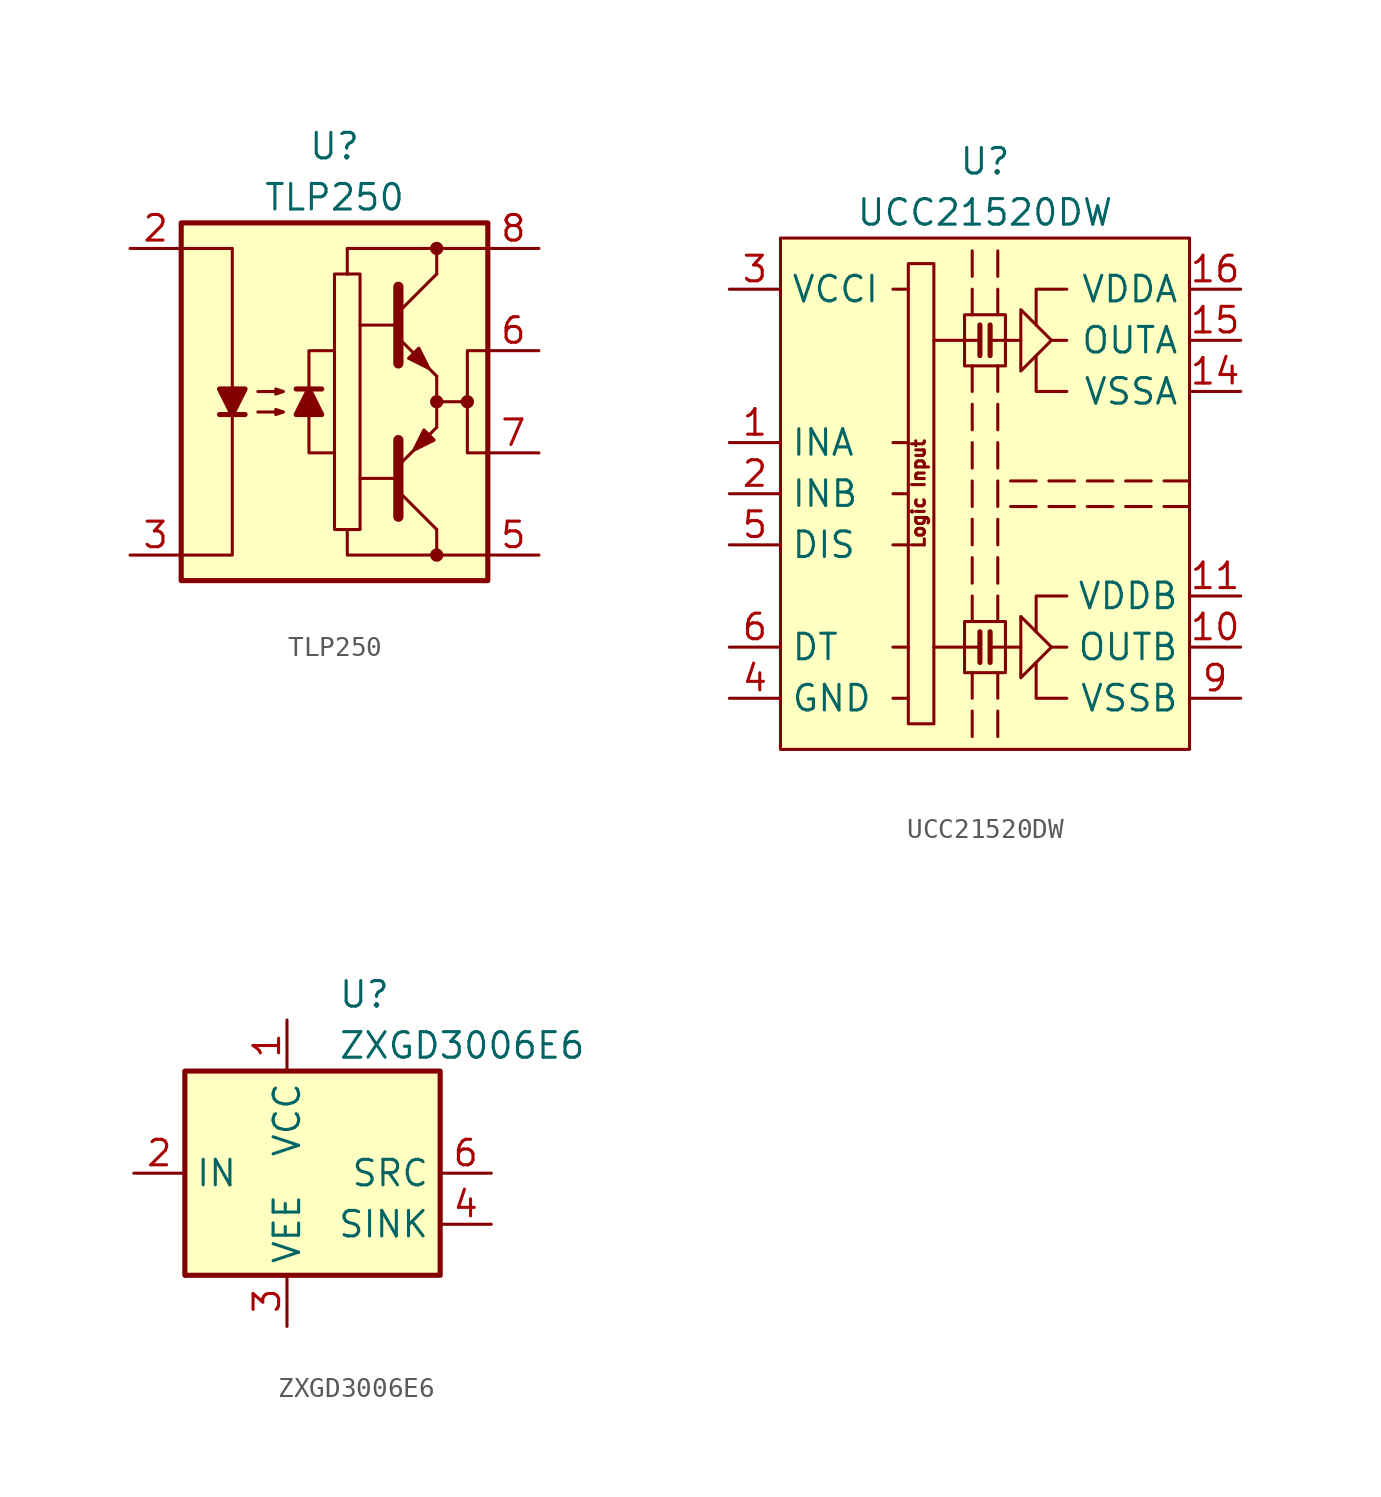
<source format=kicad_sym>
(kicad_symbol_lib
  (version 20220914)
  (generator kicad_symbol_editor)
  (symbol "TLP250"
    (pin_names hide)
    (property "Reference" "U"
      (at 0 12.7 0)
      (effects (font (size 1.27 1.27))))
    (property "Value" "TLP250"
      (at 0 10.16 0)
      (effects (font (size 1.27 1.27))))
    (symbol "TLP250_0_1"
      (rectangle (start -7.62 8.89) (end 7.62 -8.89) (stroke (width 0.254) (type default)) (fill (type background)))
      (polyline (pts (xy -5.715 -0.635) (xy -4.445 -0.635)) (stroke (width 0.254) (type default)) (fill (type none)))
      (polyline (pts (xy -0.635 0.635) (xy -1.905 0.635)) (stroke (width 0.254) (type default)) (fill (type none)))
      (polyline (pts (xy 3.048 -3.81) (xy 1.27 -3.81)) (stroke (width 0) (type default)) (fill (type none)))
      (polyline (pts (xy 3.048 3.81) (xy 1.27 3.81)) (stroke (width 0) (type default)) (fill (type none)))
      (polyline (pts (xy 3.175 -4.445) (xy 5.08 -6.35)) (stroke (width 0) (type default)) (fill (type none)))
      (polyline (pts (xy 3.175 4.445) (xy 5.08 6.35)) (stroke (width 0) (type default)) (fill (type none)))
      (polyline (pts (xy 5.08 -6.35) (xy 5.08 -7.62)) (stroke (width 0) (type default)) (fill (type none)))
      (polyline (pts (xy 5.08 -1.27) (xy 3.175 -3.175)) (stroke (width 0) (type default)) (fill (type outline)))
      (polyline (pts (xy 5.08 0) (xy 6.604 0)) (stroke (width 0) (type default)) (fill (type none)))
      (polyline (pts (xy 5.08 1.27) (xy 3.175 3.175)) (stroke (width 0) (type default)) (fill (type outline)))
      (polyline (pts (xy 5.08 6.35) (xy 5.08 7.62)) (stroke (width 0) (type default)) (fill (type none)))
      (polyline (pts (xy 7.62 7.62) (xy 0.635 7.62)) (stroke (width 0) (type default)) (fill (type none)))
      (polyline (pts (xy -1.27 -0.635) (xy -1.27 -2.54) (xy 0 -2.54)) (stroke (width 0) (type default)) (fill (type none)))
      (polyline (pts (xy -1.27 0.635) (xy -1.27 2.54) (xy 0 2.54)) (stroke (width 0) (type default)) (fill (type none)))
      (polyline (pts (xy 0.635 -6.35) (xy 0.635 -7.62) (xy 7.62 -7.62)) (stroke (width 0) (type default)) (fill (type none)))
      (polyline (pts (xy 3.175 -5.715) (xy 3.175 -1.905) (xy 3.175 -1.905)) (stroke (width 0.508) (type default)) (fill (type none)))
      (polyline (pts (xy 3.175 5.715) (xy 3.175 1.905) (xy 3.175 1.905)) (stroke (width 0.508) (type default)) (fill (type none)))
      (polyline (pts (xy -7.62 7.62) (xy -5.08 7.62) (xy -5.08 -7.62) (xy -7.62 -7.62)) (stroke (width 0) (type default)) (fill (type none)))
      (polyline (pts (xy -5.08 -0.635) (xy -5.715 0.635) (xy -4.445 0.635) (xy -5.08 -0.635)) (stroke (width 0.254) (type default)) (fill (type outline)))
      (polyline (pts (xy -1.27 0.635) (xy -0.635 -0.635) (xy -1.905 -0.635) (xy -1.27 0.635)) (stroke (width 0.254) (type default)) (fill (type outline)))
      (polyline (pts (xy 7.62 2.54) (xy 6.604 2.54) (xy 6.604 -2.54) (xy 7.62 -2.54)) (stroke (width 0) (type default)) (fill (type none)))
      (polyline (pts (xy -3.81 -0.508) (xy -2.54 -0.508) (xy -2.921 -0.635) (xy -2.921 -0.381) (xy -2.54 -0.508)) (stroke (width 0) (type default)) (fill (type none)))
      (polyline (pts (xy -3.81 0.508) (xy -2.54 0.508) (xy -2.921 0.381) (xy -2.921 0.635) (xy -2.54 0.508)) (stroke (width 0) (type default)) (fill (type none)))
      (polyline (pts (xy 1.27 6.35) (xy 1.27 -6.35) (xy 0 -6.35) (xy 0 6.35) (xy 1.27 6.35)) (stroke (width 0) (type default)) (fill (type none)))
      (polyline (pts (xy 3.683 2.159) (xy 4.191 2.667) (xy 4.699 1.651) (xy 3.683 2.159) (xy 3.683 2.159)) (stroke (width 0) (type default)) (fill (type outline)))
      (polyline (pts (xy 4.953 -1.905) (xy 4.445 -1.397) (xy 3.937 -2.413) (xy 4.953 -1.905) (xy 4.953 -1.905)) (stroke (width 0) (type default)) (fill (type outline)))
      (rectangle (start 0.635 6.35) (end 0.635 6.35) (stroke (width 0) (type default)) (fill (type none)))
      (rectangle (start 0.635 6.35) (end 0.635 7.62) (stroke (width 0) (type default)) (fill (type none)))
      (circle (center 5.08 -7.62) (radius 0.254) (stroke (width 0) (type default)) (fill (type outline)))
      (circle (center 5.08 0) (radius 0.254) (stroke (width 0) (type default)) (fill (type outline)))
      (rectangle (start 5.08 1.27) (end 5.08 -1.27) (stroke (width 0) (type default)) (fill (type none)))
      (circle (center 5.08 7.62) (radius 0.254) (stroke (width 0) (type default)) (fill (type outline)))
      (circle (center 6.604 0) (radius 0.254) (stroke (width 0) (type default)) (fill (type outline))))
    (symbol "TLP250_1_1"
      (pin no_connect line (at -7.62 2.54 0) (length 2.54) hide (name "NC" (effects (font (size 1.27 1.27)))) (number "1" (effects (font (size 1.27 1.27)))))
      (pin passive line (at -10.16 7.62 0) (length 2.54) (name "A" (effects (font (size 1.27 1.27)))) (number "2" (effects (font (size 1.27 1.27)))))
      (pin passive line (at -10.16 -7.62 0) (length 2.54) (name "C" (effects (font (size 1.27 1.27)))) (number "3" (effects (font (size 1.27 1.27)))))
      (pin no_connect line (at -7.62 -2.54 0) (length 2.54) hide (name "NC" (effects (font (size 1.27 1.27)))) (number "4" (effects (font (size 1.27 1.27)))))
      (pin power_in line (at 10.16 -7.62 180) (length 2.54) (name "VEE" (effects (font (size 1.27 1.27)))) (number "5" (effects (font (size 1.27 1.27)))))
      (pin output line (at 10.16 2.54 180) (length 2.54) (name "VO" (effects (font (size 1.27 1.27)))) (number "6" (effects (font (size 1.27 1.27)))))
      (pin output line (at 10.16 -2.54 180) (length 2.54) (name "VO" (effects (font (size 1.27 1.27)))) (number "7" (effects (font (size 1.27 1.27)))))
      (pin power_in line (at 10.16 7.62 180) (length 2.54) (name "VCC" (effects (font (size 1.27 1.27)))) (number "8" (effects (font (size 1.27 1.27)))))))
  (symbol "UCC21520DW"
    (property "Reference" "U"
      (at 0 16.51 0)
      (effects (font (size 1.27 1.27))))
    (property "Value" "UCC21520DW"
      (at 0 13.97 0)
      (effects (font (size 1.27 1.27))))
    (symbol "UCC21520DW_0_0"
      (polyline (pts (xy -0.635 6.35) (xy -0.635 5.08)) (stroke (width 0) (type default)) (fill (type none)))
      (polyline (pts (xy -0.635 10.16) (xy -0.635 8.89)) (stroke (width 0) (type default)) (fill (type none)))
      (polyline (pts (xy -0.635 12.065) (xy -0.635 10.795)) (stroke (width 0) (type default)) (fill (type none)))
      (polyline (pts (xy -0.254 -7.62) (xy -2.54 -7.62)) (stroke (width 0) (type default)) (fill (type none)))
      (polyline (pts (xy -0.254 -6.858) (xy -0.254 -8.382)) (stroke (width 0.254) (type default)) (fill (type none)))
      (polyline (pts (xy -0.254 7.62) (xy -2.54 7.62)) (stroke (width 0) (type default)) (fill (type none)))
      (polyline (pts (xy -0.254 8.382) (xy -0.254 6.858)) (stroke (width 0.254) (type default)) (fill (type none)))
      (polyline (pts (xy 0.254 -7.62) (xy 1.778 -7.62)) (stroke (width 0) (type default)) (fill (type none)))
      (polyline (pts (xy 0.254 -6.858) (xy 0.254 -8.382)) (stroke (width 0.254) (type default)) (fill (type none)))
      (polyline (pts (xy 0.254 7.62) (xy 1.778 7.62)) (stroke (width 0) (type default)) (fill (type none)))
      (polyline (pts (xy 0.254 8.382) (xy 0.254 6.858)) (stroke (width 0.254) (type default)) (fill (type none)))
      (polyline (pts (xy 0.635 6.35) (xy 0.635 5.08)) (stroke (width 0) (type default)) (fill (type none)))
      (polyline (pts (xy 0.635 8.89) (xy 0.635 10.16)) (stroke (width 0) (type default)) (fill (type none)))
      (polyline (pts (xy 0.635 10.795) (xy 0.635 12.065)) (stroke (width 0) (type default)) (fill (type none)))
      (polyline (pts (xy 2.54 -0.635) (xy 1.27 -0.635)) (stroke (width 0) (type default)) (fill (type none)))
      (polyline (pts (xy 2.54 0.635) (xy 1.27 0.635)) (stroke (width 0) (type default)) (fill (type none)))
      (polyline (pts (xy 4.064 -7.62) (xy 3.302 -7.62)) (stroke (width 0) (type default)) (fill (type none)))
      (polyline (pts (xy 4.064 7.62) (xy 3.302 7.62)) (stroke (width 0) (type default)) (fill (type none)))
      (polyline (pts (xy 4.445 -0.635) (xy 3.175 -0.635)) (stroke (width 0) (type default)) (fill (type none)))
      (polyline (pts (xy 4.445 0.635) (xy 3.175 0.635)) (stroke (width 0) (type default)) (fill (type none)))
      (polyline (pts (xy 6.35 -0.635) (xy 5.08 -0.635)) (stroke (width 0) (type default)) (fill (type none)))
      (polyline (pts (xy 6.35 0.635) (xy 5.08 0.635)) (stroke (width 0) (type default)) (fill (type none)))
      (polyline (pts (xy 8.255 -0.635) (xy 6.985 -0.635)) (stroke (width 0) (type default)) (fill (type none)))
      (polyline (pts (xy 8.255 0.635) (xy 6.985 0.635)) (stroke (width 0) (type default)) (fill (type none)))
      (polyline (pts (xy 10.16 -0.635) (xy 8.89 -0.635)) (stroke (width 0) (type default)) (fill (type none)))
      (polyline (pts (xy 10.16 0.635) (xy 8.89 0.635)) (stroke (width 0) (type default)) (fill (type none)))
      (polyline (pts (xy 4.064 -10.16) (xy 2.54 -10.16) (xy 2.54 -8.382)) (stroke (width 0) (type default)) (fill (type none)))
      (polyline (pts (xy 4.064 -5.08) (xy 2.54 -5.08) (xy 2.54 -6.858)) (stroke (width 0) (type default)) (fill (type none)))
      (polyline (pts (xy 4.064 5.08) (xy 2.54 5.08) (xy 2.54 6.858)) (stroke (width 0) (type default)) (fill (type none)))
      (polyline (pts (xy 4.064 10.16) (xy 2.54 10.16) (xy 2.54 8.382)) (stroke (width 0) (type default)) (fill (type none)))
      (polyline (pts (xy 3.302 -7.62) (xy 1.778 -9.144) (xy 1.778 -6.096) (xy 3.302 -7.62)) (stroke (width 0) (type default)) (fill (type none)))
      (polyline (pts (xy 3.302 7.62) (xy 1.778 6.096) (xy 1.778 9.144) (xy 3.302 7.62)) (stroke (width 0) (type default)) (fill (type none)))
      (rectangle (start 1.016 -6.35) (end -1.016 -8.89) (stroke (width 0) (type default)) (fill (type none)))
      (rectangle (start 1.016 8.89) (end -1.016 6.35) (stroke (width 0) (type default)) (fill (type none)))
      (text "Logic Input" (at -3.302 0 900) (effects (font (size 0.635 0.635)))))
    (symbol "UCC21520DW_0_1"
      (rectangle (start -3.81 11.43) (end -2.54 -11.43) (stroke (width 0) (type default)) (fill (type none)))
      (polyline (pts (xy -3.81 -10.16) (xy -4.572 -10.16)) (stroke (width 0) (type default)) (fill (type none)))
      (polyline (pts (xy -3.81 -7.62) (xy -4.572 -7.62)) (stroke (width 0) (type default)) (fill (type none)))
      (polyline (pts (xy -3.81 -2.54) (xy -4.572 -2.54)) (stroke (width 0) (type default)) (fill (type none)))
      (polyline (pts (xy -3.81 0) (xy -4.572 0)) (stroke (width 0) (type default)) (fill (type none)))
      (polyline (pts (xy -3.81 2.54) (xy -4.572 2.54)) (stroke (width 0) (type default)) (fill (type none)))
      (polyline (pts (xy -3.81 10.16) (xy -4.572 10.16)) (stroke (width 0) (type default)) (fill (type none)))
      (polyline (pts (xy -0.635 -10.795) (xy -0.635 -12.065)) (stroke (width 0) (type default)) (fill (type none)))
      (polyline (pts (xy -0.635 -8.89) (xy -0.635 -10.16)) (stroke (width 0) (type default)) (fill (type none)))
      (polyline (pts (xy -0.635 -5.08) (xy -0.635 -6.35)) (stroke (width 0) (type default)) (fill (type none)))
      (polyline (pts (xy -0.635 -3.175) (xy -0.635 -4.445)) (stroke (width 0) (type default)) (fill (type none)))
      (polyline (pts (xy -0.635 -1.27) (xy -0.635 -2.54)) (stroke (width 0) (type default)) (fill (type none)))
      (polyline (pts (xy -0.635 0.635) (xy -0.635 -0.635)) (stroke (width 0) (type default)) (fill (type none)))
      (polyline (pts (xy -0.635 2.54) (xy -0.635 1.27)) (stroke (width 0) (type default)) (fill (type none)))
      (polyline (pts (xy -0.635 4.445) (xy -0.635 3.175)) (stroke (width 0) (type default)) (fill (type none)))
      (polyline (pts (xy 0.635 -10.795) (xy 0.635 -12.065)) (stroke (width 0) (type default)) (fill (type none)))
      (polyline (pts (xy 0.635 -8.89) (xy 0.635 -10.16)) (stroke (width 0) (type default)) (fill (type none)))
      (polyline (pts (xy 0.635 -5.08) (xy 0.635 -6.35)) (stroke (width 0) (type default)) (fill (type none)))
      (polyline (pts (xy 0.635 -3.175) (xy 0.635 -4.445)) (stroke (width 0) (type default)) (fill (type none)))
      (polyline (pts (xy 0.635 -1.27) (xy 0.635 -2.54)) (stroke (width 0) (type default)) (fill (type none)))
      (polyline (pts (xy 0.635 0.635) (xy 0.635 -0.635)) (stroke (width 0) (type default)) (fill (type none)))
      (polyline (pts (xy 0.635 2.54) (xy 0.635 1.27)) (stroke (width 0) (type default)) (fill (type none)))
      (polyline (pts (xy 0.635 4.445) (xy 0.635 3.175)) (stroke (width 0) (type default)) (fill (type none)))
      (rectangle (start 10.16 12.7) (end -10.16 -12.7) (stroke (width 0) (type default)) (fill (type background))))
    (symbol "UCC21520DW_1_1"
      (pin input line (at -12.7 2.54 0) (length 2.54) (name "INA" (effects (font (size 1.27 1.27)))) (number "1" (effects (font (size 1.27 1.27)))))
      (pin output line (at 12.7 -7.62 180) (length 2.54) (name "OUTB" (effects (font (size 1.27 1.27)))) (number "10" (effects (font (size 1.27 1.27)))))
      (pin power_in line (at 12.7 -5.08 180) (length 2.54) (name "VDDB" (effects (font (size 1.27 1.27)))) (number "11" (effects (font (size 1.27 1.27)))))
      (pin no_connect line (at 10.16 -2.54 180) (length 2.54) hide (name "NC" (effects (font (size 1.27 1.27)))) (number "12" (effects (font (size 1.27 1.27)))))
      (pin no_connect line (at 10.16 2.54 180) (length 2.54) hide (name "NC" (effects (font (size 1.27 1.27)))) (number "13" (effects (font (size 1.27 1.27)))))
      (pin power_in line (at 12.7 5.08 180) (length 2.54) (name "VSSA" (effects (font (size 1.27 1.27)))) (number "14" (effects (font (size 1.27 1.27)))))
      (pin output line (at 12.7 7.62 180) (length 2.54) (name "OUTA" (effects (font (size 1.27 1.27)))) (number "15" (effects (font (size 1.27 1.27)))))
      (pin power_in line (at 12.7 10.16 180) (length 2.54) (name "VDDA" (effects (font (size 1.27 1.27)))) (number "16" (effects (font (size 1.27 1.27)))))
      (pin input line (at -12.7 0 0) (length 2.54) (name "INB" (effects (font (size 1.27 1.27)))) (number "2" (effects (font (size 1.27 1.27)))))
      (pin power_in line (at -12.7 10.16 0) (length 2.54) (name "VCCI" (effects (font (size 1.27 1.27)))) (number "3" (effects (font (size 1.27 1.27)))))
      (pin power_in line (at -12.7 -10.16 0) (length 2.54) (name "GND" (effects (font (size 1.27 1.27)))) (number "4" (effects (font (size 1.27 1.27)))))
      (pin input line (at -12.7 -2.54 0) (length 2.54) (name "DIS" (effects (font (size 1.27 1.27)))) (number "5" (effects (font (size 1.27 1.27)))))
      (pin passive line (at -12.7 -7.62 0) (length 2.54) (name "DT" (effects (font (size 1.27 1.27)))) (number "6" (effects (font (size 1.27 1.27)))))
      (pin no_connect line (at -10.16 -5.08 0) (length 2.54) hide (name "NC" (effects (font (size 1.27 1.27)))) (number "7" (effects (font (size 1.27 1.27)))))
      (pin passive line (at -12.7 10.16 0) (length 2.54) hide (name "VCCI" (effects (font (size 1.27 1.27)))) (number "8" (effects (font (size 1.27 1.27)))))
      (pin power_in line (at 12.7 -10.16 180) (length 2.54) (name "VSSB" (effects (font (size 1.27 1.27)))) (number "9" (effects (font (size 1.27 1.27)))))))
  (symbol "ZXGD3006E6"
    (property "Reference" "U"
      (at 2.54 8.89 0)
      (effects (font (size 1.27 1.27)) (justify left)))
    (property "Value" "ZXGD3006E6"
      (at 2.54 6.35 0)
      (effects (font (size 1.27 1.27)) (justify left)))
    (symbol "ZXGD3006E6_0_1"
      (rectangle (start -5.08 5.08) (end 7.62 -5.08) (stroke (width 0.254) (type default)) (fill (type background))))
    (symbol "ZXGD3006E6_1_1"
      (pin power_in line (at 0 7.62 270) (length 2.54) (name "VCC" (effects (font (size 1.27 1.27)))) (number "1" (effects (font (size 1.27 1.27)))))
      (pin input line (at -7.62 0 0) (length 2.54) (name "IN" (effects (font (size 1.27 1.27)))) (number "2" (effects (font (size 1.27 1.27)))))
      (pin power_in line (at 0 -7.62 90) (length 2.54) (name "VEE" (effects (font (size 1.27 1.27)))) (number "3" (effects (font (size 1.27 1.27)))))
      (pin open_collector line (at 10.16 -2.54 180) (length 2.54) (name "SINK" (effects (font (size 1.27 1.27)))) (number "4" (effects (font (size 1.27 1.27)))))
      (pin no_connect line (at 7.62 2.54 180) (length 2.54) hide (name "NC" (effects (font (size 1.27 1.27)))) (number "5" (effects (font (size 1.27 1.27)))))
      (pin open_emitter line (at 10.16 0 180) (length 2.54) (name "SRC" (effects (font (size 1.27 1.27)))) (number "6" (effects (font (size 1.27 1.27))))))))
</source>
